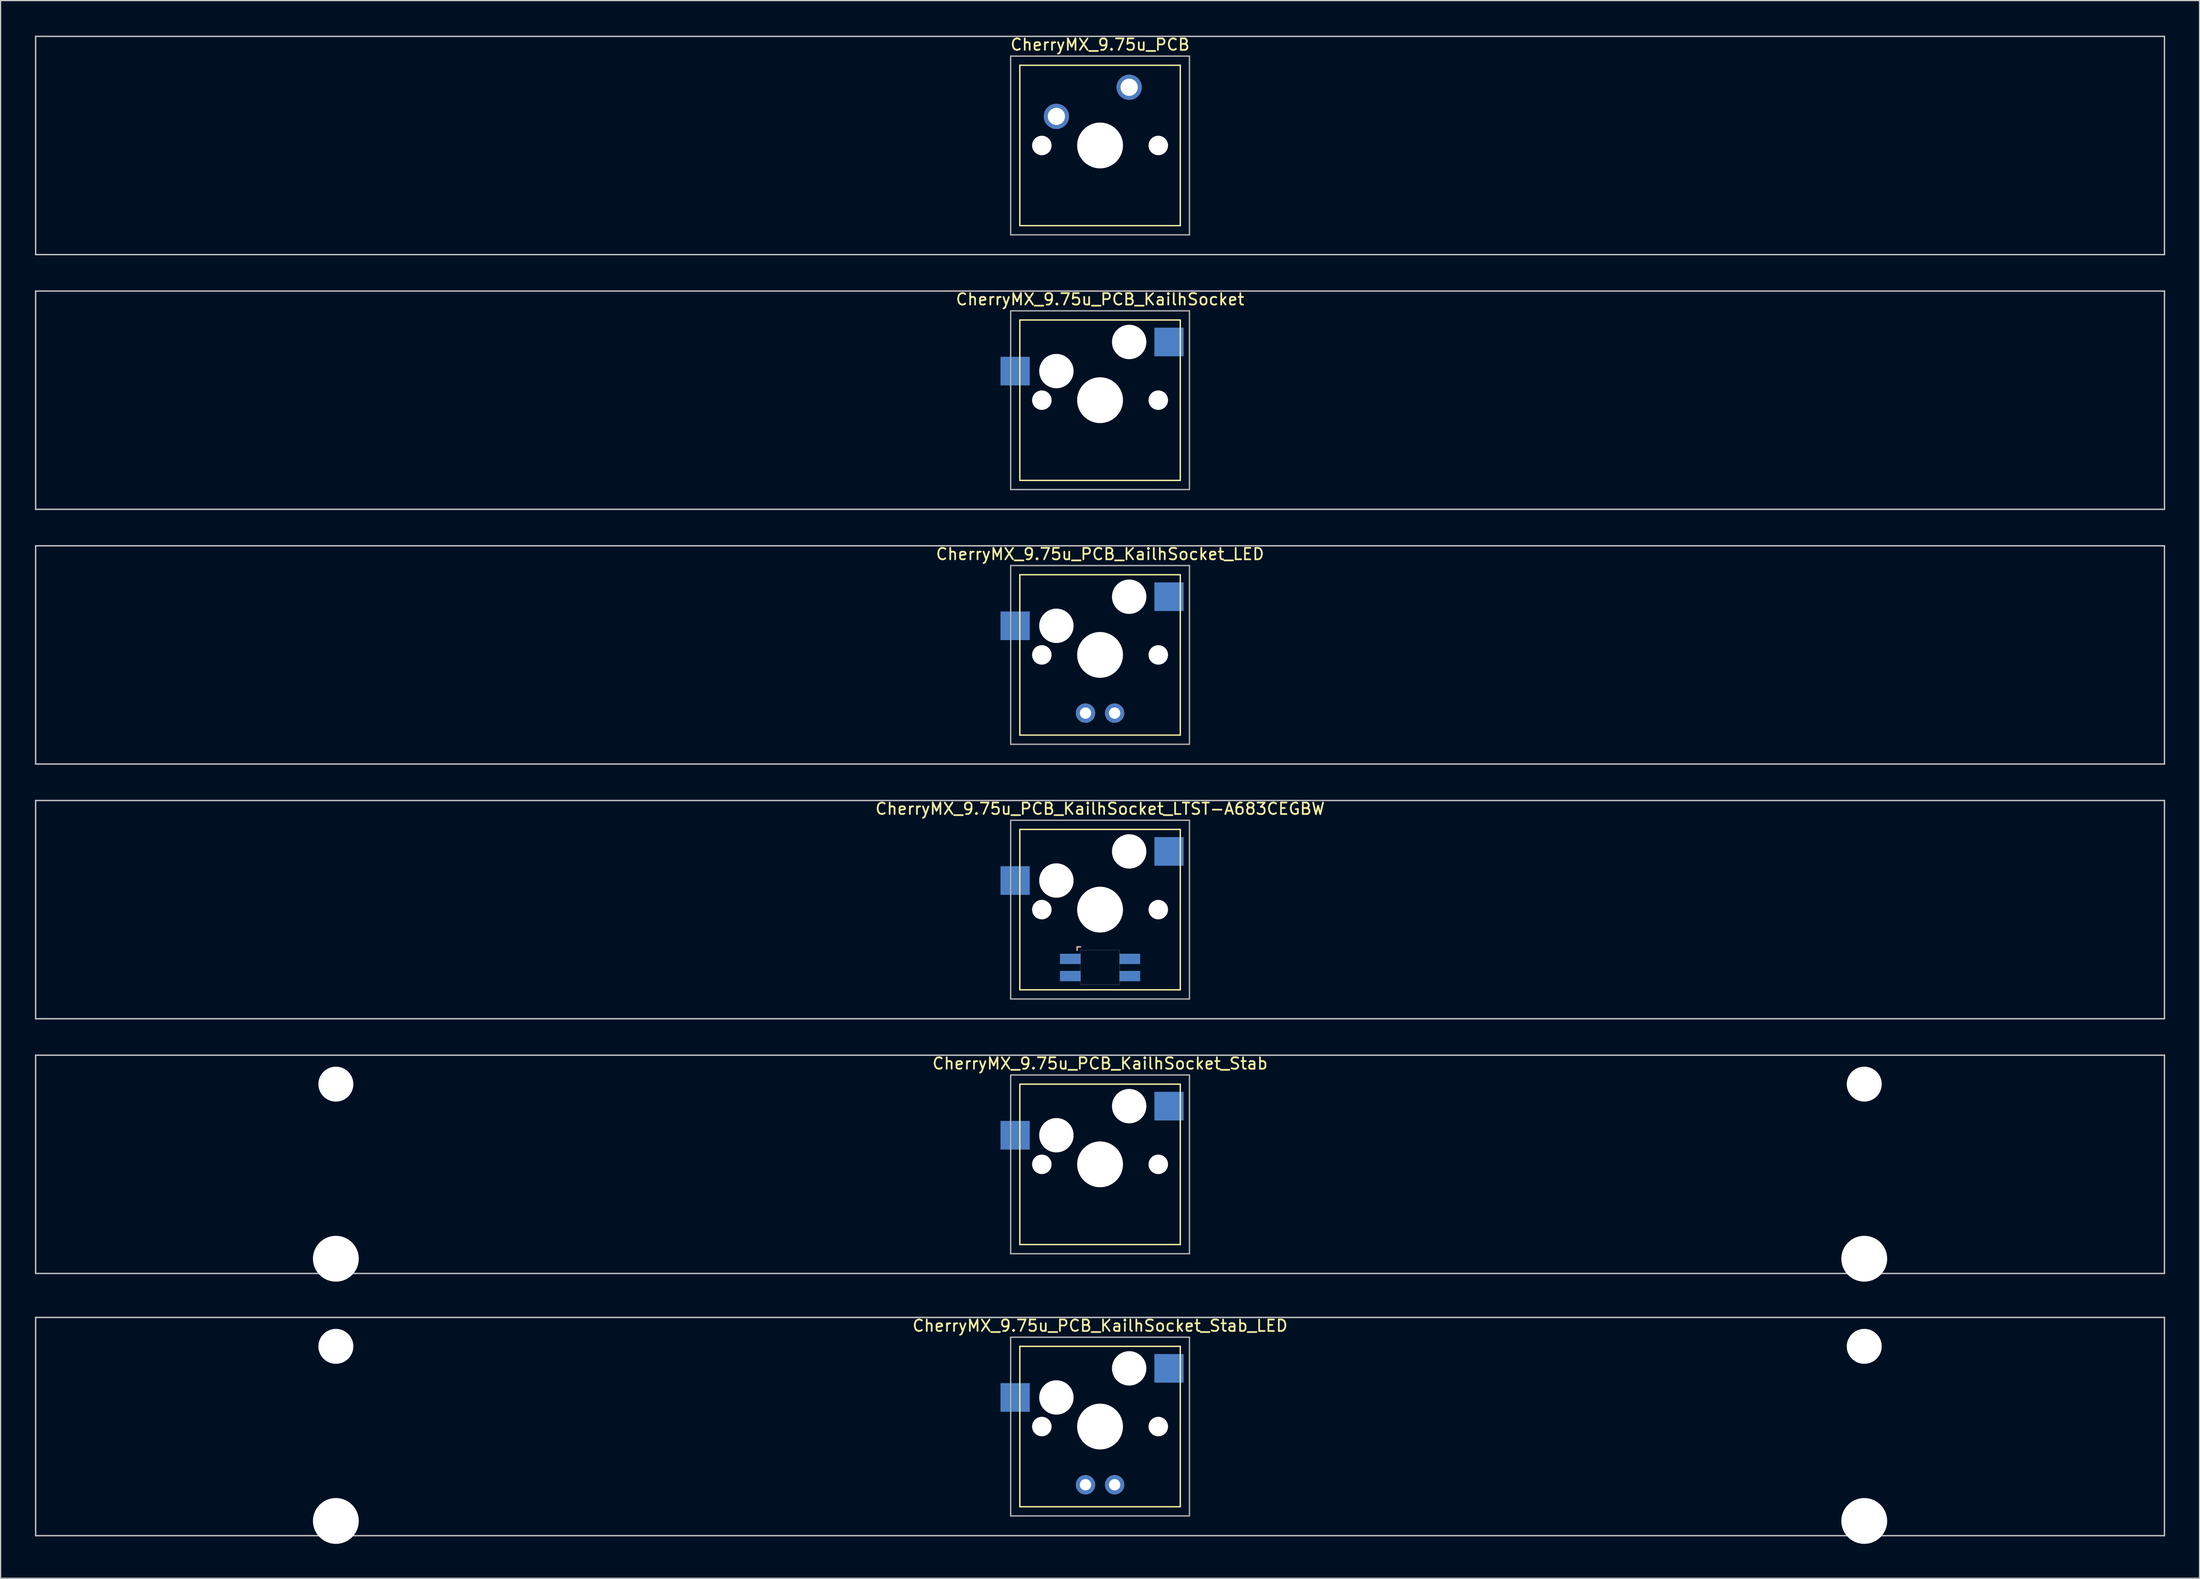
<source format=kicad_pcb>
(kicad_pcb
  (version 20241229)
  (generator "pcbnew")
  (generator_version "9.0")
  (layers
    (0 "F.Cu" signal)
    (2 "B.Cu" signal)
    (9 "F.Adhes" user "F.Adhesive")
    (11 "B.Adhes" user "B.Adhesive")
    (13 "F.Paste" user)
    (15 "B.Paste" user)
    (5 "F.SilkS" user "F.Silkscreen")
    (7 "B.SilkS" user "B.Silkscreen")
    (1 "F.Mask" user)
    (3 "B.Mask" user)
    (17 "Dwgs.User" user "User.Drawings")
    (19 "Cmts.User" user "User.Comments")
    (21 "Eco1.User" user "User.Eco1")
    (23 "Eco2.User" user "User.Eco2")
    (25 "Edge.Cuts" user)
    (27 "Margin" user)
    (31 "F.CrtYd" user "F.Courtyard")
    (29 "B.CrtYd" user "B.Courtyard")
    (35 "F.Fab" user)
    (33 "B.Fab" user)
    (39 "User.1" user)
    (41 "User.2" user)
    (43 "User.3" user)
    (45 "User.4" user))
  (footprint "CherryMX_9.75u_PCB_KailhSocket_LTST-A683CEGBW"
    (layer "F.Cu")
    (at 92.929 76.348)
    (property "Reference" "CherryMX_9.75u_PCB_KailhSocket_LTST-A683CEGBW" (at 0 -8.8 0) (layer "F.SilkS") (effects (font (size 1 1) (thickness 0.15))))
    (attr through_hole)
    (fp_line (start -7 -7) (end -7 7) (stroke (width 0.12) (type solid)) (layer "F.SilkS"))
    (fp_line (start -7 -7) (end 7 -7) (stroke (width 0.12) (type solid)) (layer "F.SilkS"))
    (fp_line (start 7 -7) (end 7 7) (stroke (width 0.12) (type solid)) (layer "F.SilkS"))
    (fp_line (start 7 7) (end -7 7) (stroke (width 0.12) (type solid)) (layer "F.SilkS"))
    (fp_line (start -2 3.25) (end -2 3.55) (stroke (width 0.12) (type solid)) (layer "B.SilkS"))
    (fp_line (start -1.7 3.25) (end -2 3.25) (stroke (width 0.12) (type solid)) (layer "B.SilkS"))
    (fp_line (start -92.869 -9.525) (end 92.869 -9.525) (stroke (width 0.12) (type solid)) (layer "Dwgs.User"))
    (fp_line (start -92.869 9.525) (end -92.869 -9.525) (stroke (width 0.12) (type solid)) (layer "Dwgs.User"))
    (fp_line (start 92.869 -9.525) (end 92.869 9.525) (stroke (width 0.12) (type solid)) (layer "Dwgs.User"))
    (fp_line (start 92.869 9.525) (end -92.869 9.525) (stroke (width 0.12) (type solid)) (layer "Dwgs.User"))
    (fp_poly (pts (xy 1.7 6.55) (xy -1.7 6.55) (xy -1.7 3.55) (xy 1.7 3.55)) (stroke (width 0.01) (type solid)) (fill no) (layer "Edge.Cuts"))
    (fp_line (start -7.8 -7.8) (end -7.8 7.8) (stroke (width 0.12) (type solid)) (layer "F.Fab"))
    (fp_line (start -7.8 -7.8) (end 7.8 -7.8) (stroke (width 0.12) (type solid)) (layer "F.Fab"))
    (fp_line (start -7.8 7.8) (end 7.8 7.8) (stroke (width 0.12) (type solid)) (layer "F.Fab"))
    (fp_line (start 7.8 -7.8) (end 7.8 7.8) (stroke (width 0.12) (type solid)) (layer "F.Fab"))
    (pad "" np_thru_hole circle (at -5.08 0) (size 1.7 1.7) (drill 1.7) (layers "*.Cu" "*.Mask"))
    (pad "" np_thru_hole circle (at -3.81 -2.54) (size 3 3) (drill 3) (layers "*.Cu" "*.Mask"))
    (pad "" np_thru_hole circle (at 0 0) (size 4 4) (drill 4) (layers "*.Cu" "*.Mask"))
    (pad "" np_thru_hole circle (at 2.54 -5.08) (size 3 3) (drill 3) (layers "*.Cu" "*.Mask"))
    (pad "" np_thru_hole circle (at 5.08 0) (size 1.7 1.7) (drill 1.7) (layers "*.Cu" "*.Mask"))
    (pad "1" smd rect (at -7.41 -2.54) (size 2.55 2.5) (layers "B.Cu" "B.Mask" "B.Paste"))
    (pad "2" smd rect (at 6.015 -5.08) (size 2.55 2.5) (layers "B.Cu" "B.Mask" "B.Paste"))
    (pad "3" smd rect (at -2.6 4.3) (size 1.8 0.9) (layers "B.Cu" "B.Mask" "B.Paste"))
    (pad "4" smd rect (at -2.6 5.8) (size 1.8 0.9) (layers "B.Cu" "B.Mask" "B.Paste"))
    (pad "5" smd rect (at 2.6 4.3) (size 1.8 0.9) (layers "B.Cu" "B.Mask" "B.Paste"))
    (pad "6" smd rect (at 2.6 5.8) (size 1.8 0.9) (layers "B.Cu" "B.Mask" "B.Paste")))
  (footprint "CherryMX_9.75u_PCB"
    (layer "F.Cu")
    (at 92.929 9.648)
    (property "Reference" "CherryMX_9.75u_PCB" (at 0 -8.8 0) (layer "F.SilkS") (effects (font (size 1 1) (thickness 0.15))))
    (attr through_hole)
    (fp_line (start -7 -7) (end -7 7) (stroke (width 0.12) (type solid)) (layer "F.SilkS"))
    (fp_line (start -7 -7) (end 7 -7) (stroke (width 0.12) (type solid)) (layer "F.SilkS"))
    (fp_line (start 7 -7) (end 7 7) (stroke (width 0.12) (type solid)) (layer "F.SilkS"))
    (fp_line (start 7 7) (end -7 7) (stroke (width 0.12) (type solid)) (layer "F.SilkS"))
    (fp_line (start -92.869 -9.525) (end 92.869 -9.525) (stroke (width 0.12) (type solid)) (layer "Dwgs.User"))
    (fp_line (start -92.869 9.525) (end -92.869 -9.525) (stroke (width 0.12) (type solid)) (layer "Dwgs.User"))
    (fp_line (start 92.869 -9.525) (end 92.869 9.525) (stroke (width 0.12) (type solid)) (layer "Dwgs.User"))
    (fp_line (start 92.869 9.525) (end -92.869 9.525) (stroke (width 0.12) (type solid)) (layer "Dwgs.User"))
    (fp_line (start -7.8 -7.8) (end -7.8 7.8) (stroke (width 0.12) (type solid)) (layer "F.Fab"))
    (fp_line (start -7.8 -7.8) (end 7.8 -7.8) (stroke (width 0.12) (type solid)) (layer "F.Fab"))
    (fp_line (start -7.8 7.8) (end 7.8 7.8) (stroke (width 0.12) (type solid)) (layer "F.Fab"))
    (fp_line (start 7.8 -7.8) (end 7.8 7.8) (stroke (width 0.12) (type solid)) (layer "F.Fab"))
    (pad "" np_thru_hole circle (at -5.08 0) (size 1.7 1.7) (drill 1.7) (layers "*.Cu" "*.Mask"))
    (pad "" np_thru_hole circle (at 0 0) (size 4 4) (drill 4) (layers "*.Cu" "*.Mask"))
    (pad "" np_thru_hole circle (at 5.08 0) (size 1.7 1.7) (drill 1.7) (layers "*.Cu" "*.Mask"))
    (pad "1" thru_hole circle (at -3.81 -2.54) (size 2.2 2.2) (drill 1.5) (layers "*.Cu" "*.Mask"))
    (pad "2" thru_hole circle (at 2.54 -5.08) (size 2.2 2.2) (drill 1.5) (layers "*.Cu" "*.Mask")))
  (footprint "CherryMX_9.75u_PCB_KailhSocket_LED"
    (layer "F.Cu")
    (at 92.929 54.115)
    (property "Reference" "CherryMX_9.75u_PCB_KailhSocket_LED" (at 0 -8.8 0) (layer "F.SilkS") (effects (font (size 1 1) (thickness 0.15))))
    (attr through_hole)
    (fp_line (start -7 -7) (end -7 7) (stroke (width 0.12) (type solid)) (layer "F.SilkS"))
    (fp_line (start -7 -7) (end 7 -7) (stroke (width 0.12) (type solid)) (layer "F.SilkS"))
    (fp_line (start 7 -7) (end 7 7) (stroke (width 0.12) (type solid)) (layer "F.SilkS"))
    (fp_line (start 7 7) (end -7 7) (stroke (width 0.12) (type solid)) (layer "F.SilkS"))
    (fp_line (start -92.869 -9.525) (end 92.869 -9.525) (stroke (width 0.12) (type solid)) (layer "Dwgs.User"))
    (fp_line (start -92.869 9.525) (end -92.869 -9.525) (stroke (width 0.12) (type solid)) (layer "Dwgs.User"))
    (fp_line (start 92.869 -9.525) (end 92.869 9.525) (stroke (width 0.12) (type solid)) (layer "Dwgs.User"))
    (fp_line (start 92.869 9.525) (end -92.869 9.525) (stroke (width 0.12) (type solid)) (layer "Dwgs.User"))
    (fp_line (start -7.8 -7.8) (end -7.8 7.8) (stroke (width 0.12) (type solid)) (layer "F.Fab"))
    (fp_line (start -7.8 -7.8) (end 7.8 -7.8) (stroke (width 0.12) (type solid)) (layer "F.Fab"))
    (fp_line (start -7.8 7.8) (end 7.8 7.8) (stroke (width 0.12) (type solid)) (layer "F.Fab"))
    (fp_line (start 7.8 -7.8) (end 7.8 7.8) (stroke (width 0.12) (type solid)) (layer "F.Fab"))
    (pad "" np_thru_hole circle (at -5.08 0) (size 1.7 1.7) (drill 1.7) (layers "*.Cu" "*.Mask"))
    (pad "" np_thru_hole circle (at -3.81 -2.54) (size 3 3) (drill 3) (layers "*.Cu" "*.Mask"))
    (pad "" np_thru_hole circle (at 0 0) (size 4 4) (drill 4) (layers "*.Cu" "*.Mask"))
    (pad "" np_thru_hole circle (at 2.54 -5.08) (size 3 3) (drill 3) (layers "*.Cu" "*.Mask"))
    (pad "" np_thru_hole circle (at 5.08 0) (size 1.7 1.7) (drill 1.7) (layers "*.Cu" "*.Mask"))
    (pad "1" smd rect (at -7.41 -2.54) (size 2.55 2.5) (layers "B.Cu" "B.Mask" "B.Paste"))
    (pad "2" smd rect (at 6.015 -5.08) (size 2.55 2.5) (layers "B.Cu" "B.Mask" "B.Paste"))
    (pad "3" thru_hole circle (at -1.27 5.08) (size 1.691 1.691) (drill 0.991) (layers "*.Cu" "*.Mask"))
    (pad "4" thru_hole circle (at 1.27 5.08) (size 1.691 1.691) (drill 0.991) (layers "*.Cu" "*.Mask")))
  (footprint "CherryMX_9.75u_PCB_KailhSocket_Stab"
    (layer "F.Cu")
    (at 92.929 98.581)
    (property "Reference" "CherryMX_9.75u_PCB_KailhSocket_Stab" (at 0 -8.8 0) (layer "F.SilkS") (effects (font (size 1 1) (thickness 0.15))))
    (attr through_hole)
    (fp_line (start -7 -7) (end -7 7) (stroke (width 0.12) (type solid)) (layer "F.SilkS"))
    (fp_line (start -7 -7) (end 7 -7) (stroke (width 0.12) (type solid)) (layer "F.SilkS"))
    (fp_line (start 7 -7) (end 7 7) (stroke (width 0.12) (type solid)) (layer "F.SilkS"))
    (fp_line (start 7 7) (end -7 7) (stroke (width 0.12) (type solid)) (layer "F.SilkS"))
    (fp_line (start -92.869 -9.525) (end 92.869 -9.525) (stroke (width 0.12) (type solid)) (layer "Dwgs.User"))
    (fp_line (start -92.869 9.525) (end -92.869 -9.525) (stroke (width 0.12) (type solid)) (layer "Dwgs.User"))
    (fp_line (start 92.869 -9.525) (end 92.869 9.525) (stroke (width 0.12) (type solid)) (layer "Dwgs.User"))
    (fp_line (start 92.869 9.525) (end -92.869 9.525) (stroke (width 0.12) (type solid)) (layer "Dwgs.User"))
    (fp_line (start -7.8 -7.8) (end -7.8 7.8) (stroke (width 0.12) (type solid)) (layer "F.Fab"))
    (fp_line (start -7.8 -7.8) (end 7.8 -7.8) (stroke (width 0.12) (type solid)) (layer "F.Fab"))
    (fp_line (start -7.8 7.8) (end 7.8 7.8) (stroke (width 0.12) (type solid)) (layer "F.Fab"))
    (fp_line (start 7.8 -7.8) (end 7.8 7.8) (stroke (width 0.12) (type solid)) (layer "F.Fab"))
    (pad "" np_thru_hole circle (at -66.675 -7) (size 3.05 3.05) (drill 3.05) (layers "*.Cu" "*.Mask"))
    (pad "" np_thru_hole circle (at -66.675 8.24) (size 4 4) (drill 4) (layers "*.Cu" "*.Mask"))
    (pad "" np_thru_hole circle (at -5.08 0) (size 1.7 1.7) (drill 1.7) (layers "*.Cu" "*.Mask"))
    (pad "" np_thru_hole circle (at -3.81 -2.54) (size 3 3) (drill 3) (layers "*.Cu" "*.Mask"))
    (pad "" np_thru_hole circle (at 0 0) (size 4 4) (drill 4) (layers "*.Cu" "*.Mask"))
    (pad "" np_thru_hole circle (at 2.54 -5.08) (size 3 3) (drill 3) (layers "*.Cu" "*.Mask"))
    (pad "" np_thru_hole circle (at 5.08 0) (size 1.7 1.7) (drill 1.7) (layers "*.Cu" "*.Mask"))
    (pad "" np_thru_hole circle (at 66.675 -7) (size 3.05 3.05) (drill 3.05) (layers "*.Cu" "*.Mask"))
    (pad "" np_thru_hole circle (at 66.675 8.24) (size 4 4) (drill 4) (layers "*.Cu" "*.Mask"))
    (pad "1" smd rect (at -7.41 -2.54) (size 2.55 2.5) (layers "B.Cu" "B.Mask" "B.Paste"))
    (pad "2" smd rect (at 6.015 -5.08) (size 2.55 2.5) (layers "B.Cu" "B.Mask" "B.Paste")))
  (footprint "CherryMX_9.75u_PCB_KailhSocket"
    (layer "F.Cu")
    (at 92.929 31.881)
    (property "Reference" "CherryMX_9.75u_PCB_KailhSocket" (at 0 -8.8 0) (layer "F.SilkS") (effects (font (size 1 1) (thickness 0.15))))
    (attr through_hole)
    (fp_line (start -7 -7) (end -7 7) (stroke (width 0.12) (type solid)) (layer "F.SilkS"))
    (fp_line (start -7 -7) (end 7 -7) (stroke (width 0.12) (type solid)) (layer "F.SilkS"))
    (fp_line (start 7 -7) (end 7 7) (stroke (width 0.12) (type solid)) (layer "F.SilkS"))
    (fp_line (start 7 7) (end -7 7) (stroke (width 0.12) (type solid)) (layer "F.SilkS"))
    (fp_line (start -92.869 -9.525) (end 92.869 -9.525) (stroke (width 0.12) (type solid)) (layer "Dwgs.User"))
    (fp_line (start -92.869 9.525) (end -92.869 -9.525) (stroke (width 0.12) (type solid)) (layer "Dwgs.User"))
    (fp_line (start 92.869 -9.525) (end 92.869 9.525) (stroke (width 0.12) (type solid)) (layer "Dwgs.User"))
    (fp_line (start 92.869 9.525) (end -92.869 9.525) (stroke (width 0.12) (type solid)) (layer "Dwgs.User"))
    (fp_line (start -7.8 -7.8) (end -7.8 7.8) (stroke (width 0.12) (type solid)) (layer "F.Fab"))
    (fp_line (start -7.8 -7.8) (end 7.8 -7.8) (stroke (width 0.12) (type solid)) (layer "F.Fab"))
    (fp_line (start -7.8 7.8) (end 7.8 7.8) (stroke (width 0.12) (type solid)) (layer "F.Fab"))
    (fp_line (start 7.8 -7.8) (end 7.8 7.8) (stroke (width 0.12) (type solid)) (layer "F.Fab"))
    (pad "" np_thru_hole circle (at -5.08 0) (size 1.7 1.7) (drill 1.7) (layers "*.Cu" "*.Mask"))
    (pad "" np_thru_hole circle (at -3.81 -2.54) (size 3 3) (drill 3) (layers "*.Cu" "*.Mask"))
    (pad "" np_thru_hole circle (at 0 0) (size 4 4) (drill 4) (layers "*.Cu" "*.Mask"))
    (pad "" np_thru_hole circle (at 2.54 -5.08) (size 3 3) (drill 3) (layers "*.Cu" "*.Mask"))
    (pad "" np_thru_hole circle (at 5.08 0) (size 1.7 1.7) (drill 1.7) (layers "*.Cu" "*.Mask"))
    (pad "1" smd rect (at -7.41 -2.54) (size 2.55 2.5) (layers "B.Cu" "B.Mask" "B.Paste"))
    (pad "2" smd rect (at 6.015 -5.08) (size 2.55 2.5) (layers "B.Cu" "B.Mask" "B.Paste")))
  (footprint "CherryMX_9.75u_PCB_KailhSocket_Stab_LED"
    (layer "F.Cu")
    (at 92.929 121.469)
    (property "Reference" "CherryMX_9.75u_PCB_KailhSocket_Stab_LED" (at 0 -8.8 0) (layer "F.SilkS") (effects (font (size 1 1) (thickness 0.15))))
    (attr through_hole)
    (fp_line (start -7 -7) (end -7 7) (stroke (width 0.12) (type solid)) (layer "F.SilkS"))
    (fp_line (start -7 -7) (end 7 -7) (stroke (width 0.12) (type solid)) (layer "F.SilkS"))
    (fp_line (start 7 -7) (end 7 7) (stroke (width 0.12) (type solid)) (layer "F.SilkS"))
    (fp_line (start 7 7) (end -7 7) (stroke (width 0.12) (type solid)) (layer "F.SilkS"))
    (fp_line (start -92.869 -9.525) (end 92.869 -9.525) (stroke (width 0.12) (type solid)) (layer "Dwgs.User"))
    (fp_line (start -92.869 9.525) (end -92.869 -9.525) (stroke (width 0.12) (type solid)) (layer "Dwgs.User"))
    (fp_line (start 92.869 -9.525) (end 92.869 9.525) (stroke (width 0.12) (type solid)) (layer "Dwgs.User"))
    (fp_line (start 92.869 9.525) (end -92.869 9.525) (stroke (width 0.12) (type solid)) (layer "Dwgs.User"))
    (fp_line (start -7.8 -7.8) (end -7.8 7.8) (stroke (width 0.12) (type solid)) (layer "F.Fab"))
    (fp_line (start -7.8 -7.8) (end 7.8 -7.8) (stroke (width 0.12) (type solid)) (layer "F.Fab"))
    (fp_line (start -7.8 7.8) (end 7.8 7.8) (stroke (width 0.12) (type solid)) (layer "F.Fab"))
    (fp_line (start 7.8 -7.8) (end 7.8 7.8) (stroke (width 0.12) (type solid)) (layer "F.Fab"))
    (pad "" np_thru_hole circle (at -66.675 -7) (size 3.05 3.05) (drill 3.05) (layers "*.Cu" "*.Mask"))
    (pad "" np_thru_hole circle (at -66.675 8.24) (size 4 4) (drill 4) (layers "*.Cu" "*.Mask"))
    (pad "" np_thru_hole circle (at -5.08 0) (size 1.7 1.7) (drill 1.7) (layers "*.Cu" "*.Mask"))
    (pad "" np_thru_hole circle (at -3.81 -2.54) (size 3 3) (drill 3) (layers "*.Cu" "*.Mask"))
    (pad "" np_thru_hole circle (at 0 0) (size 4 4) (drill 4) (layers "*.Cu" "*.Mask"))
    (pad "" np_thru_hole circle (at 2.54 -5.08) (size 3 3) (drill 3) (layers "*.Cu" "*.Mask"))
    (pad "" np_thru_hole circle (at 5.08 0) (size 1.7 1.7) (drill 1.7) (layers "*.Cu" "*.Mask"))
    (pad "" np_thru_hole circle (at 66.675 -7) (size 3.05 3.05) (drill 3.05) (layers "*.Cu" "*.Mask"))
    (pad "" np_thru_hole circle (at 66.675 8.24) (size 4 4) (drill 4) (layers "*.Cu" "*.Mask"))
    (pad "1" smd rect (at -7.41 -2.54) (size 2.55 2.5) (layers "B.Cu" "B.Mask" "B.Paste"))
    (pad "2" smd rect (at 6.015 -5.08) (size 2.55 2.5) (layers "B.Cu" "B.Mask" "B.Paste"))
    (pad "3" thru_hole circle (at -1.27 5.08) (size 1.691 1.691) (drill 0.991) (layers "*.Cu" "*.Mask"))
    (pad "4" thru_hole circle (at 1.27 5.08) (size 1.691 1.691) (drill 0.991) (layers "*.Cu" "*.Mask")))
  (gr_rect
    (start -3 -3)
    (end 188.857 134.709)
    (stroke (width 0.1) (type default))
    (fill no)
    (layer "Edge.Cuts")))
</source>
